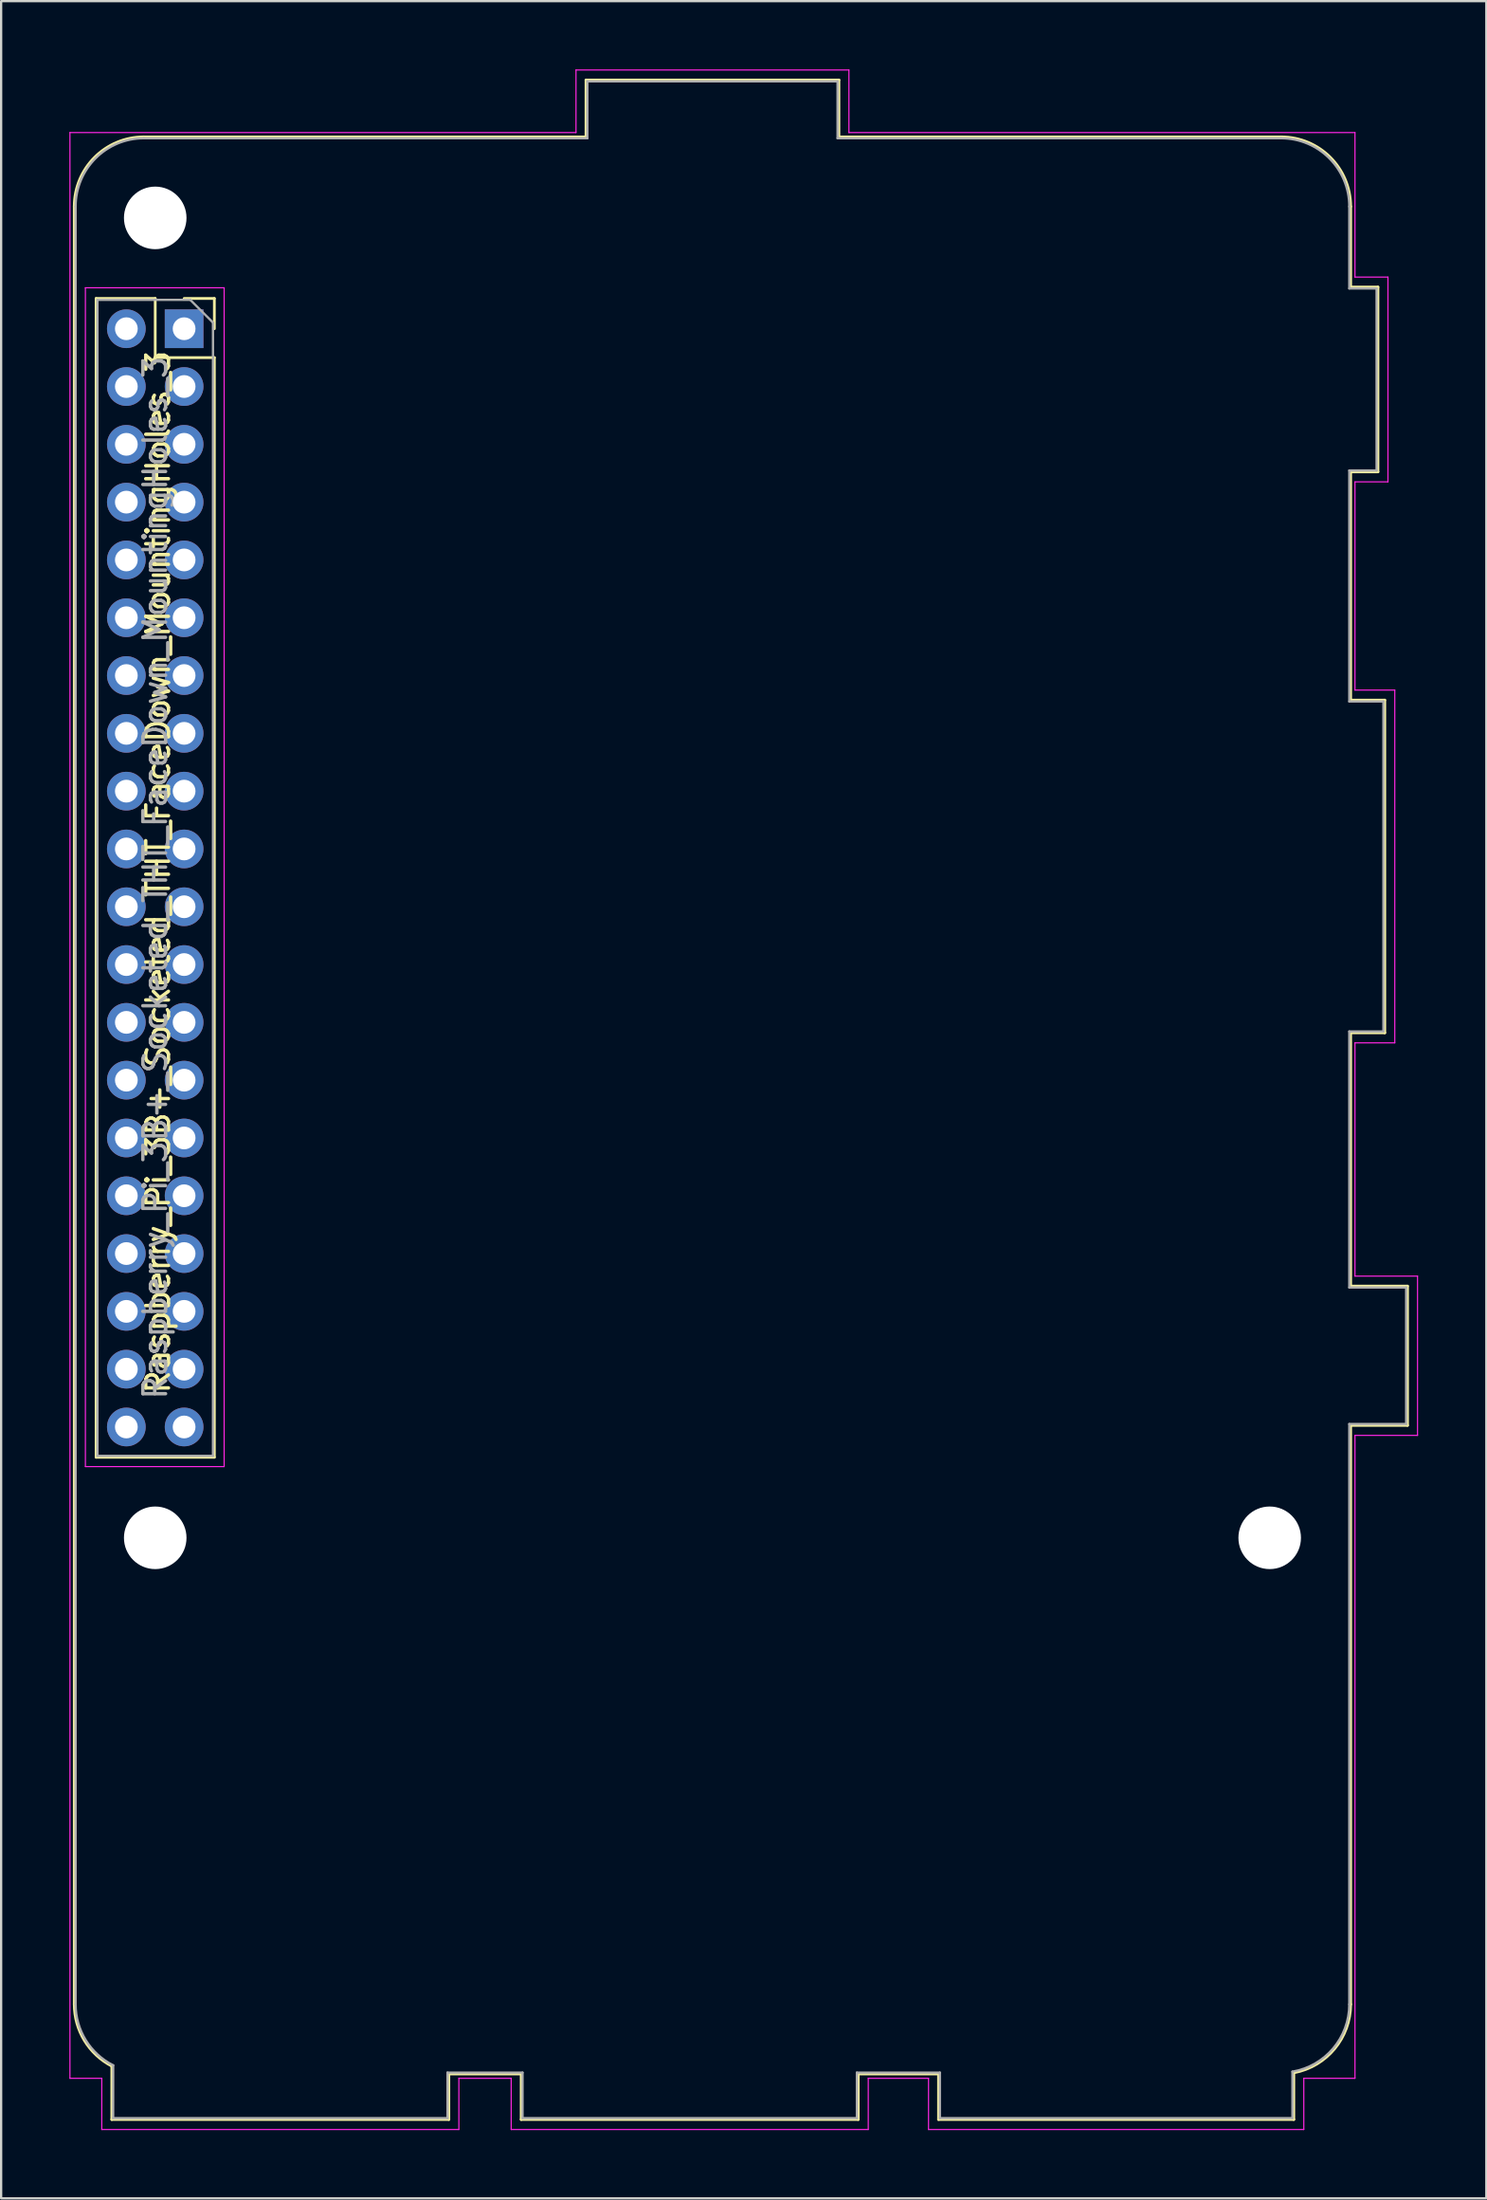
<source format=kicad_pcb>
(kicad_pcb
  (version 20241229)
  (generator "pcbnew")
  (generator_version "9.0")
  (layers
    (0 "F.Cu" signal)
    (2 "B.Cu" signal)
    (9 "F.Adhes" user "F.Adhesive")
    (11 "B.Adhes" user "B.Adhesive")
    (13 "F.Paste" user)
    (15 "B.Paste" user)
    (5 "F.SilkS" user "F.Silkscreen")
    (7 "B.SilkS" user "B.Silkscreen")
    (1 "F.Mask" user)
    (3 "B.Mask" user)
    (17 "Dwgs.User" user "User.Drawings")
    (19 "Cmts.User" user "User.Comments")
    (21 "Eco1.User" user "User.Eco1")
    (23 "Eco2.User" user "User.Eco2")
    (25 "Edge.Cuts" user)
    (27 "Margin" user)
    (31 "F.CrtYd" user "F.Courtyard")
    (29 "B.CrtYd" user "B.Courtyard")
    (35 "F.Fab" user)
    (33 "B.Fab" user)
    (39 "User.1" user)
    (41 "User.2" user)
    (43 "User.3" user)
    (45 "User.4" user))
  (footprint "Raspberry_Pi_3B+_Socketed_THT_FaceDown_MountingHoles_3"
    (layer "F.Cu")
    (at 5.045 11.395)
    (property "Reference" "Raspberry_Pi_3B+_Socketed_THT_FaceDown_MountingHoles_3" (at -1.143 23.876 90) (layer "F.SilkS") (effects (font (size 1 1) (thickness 0.15))))
    (attr through_hole)
    (fp_line (start -4.83 73.63) (end -4.83 -5.37) (stroke (width 0.12) (type solid)) (layer "F.SilkS"))
    (fp_line (start -3.87 -1.33) (end -3.87 49.59) (stroke (width 0.12) (type solid)) (layer "F.SilkS"))
    (fp_line (start -3.87 -1.33) (end -1.27 -1.33) (stroke (width 0.12) (type solid)) (layer "F.SilkS"))
    (fp_line (start -3.87 49.59) (end 1.33 49.59) (stroke (width 0.12) (type solid)) (layer "F.SilkS"))
    (fp_line (start -3.18 78.69) (end -3.178 76.347) (stroke (width 0.12) (type solid)) (layer "F.SilkS"))
    (fp_line (start -1.77 -8.43) (end 17.67 -8.43) (stroke (width 0.12) (type solid)) (layer "F.SilkS"))
    (fp_line (start -1.27 -1.33) (end -1.27 1.27) (stroke (width 0.12) (type solid)) (layer "F.SilkS"))
    (fp_line (start -1.27 1.27) (end 1.33 1.27) (stroke (width 0.12) (type solid)) (layer "F.SilkS"))
    (fp_line (start 0 -1.33) (end 1.33 -1.33) (stroke (width 0.12) (type solid)) (layer "F.SilkS"))
    (fp_line (start 1.33 -1.33) (end 1.33 0) (stroke (width 0.12) (type solid)) (layer "F.SilkS"))
    (fp_line (start 1.33 1.27) (end 1.33 49.59) (stroke (width 0.12) (type solid)) (layer "F.SilkS"))
    (fp_line (start 11.64 76.69) (end 11.64 78.69) (stroke (width 0.12) (type solid)) (layer "F.SilkS"))
    (fp_line (start 11.64 78.69) (end -3.18 78.69) (stroke (width 0.12) (type solid)) (layer "F.SilkS"))
    (fp_line (start 14.82 76.69) (end 11.64 76.69) (stroke (width 0.12) (type solid)) (layer "F.SilkS"))
    (fp_line (start 14.82 78.69) (end 14.82 76.69) (stroke (width 0.12) (type solid)) (layer "F.SilkS"))
    (fp_line (start 17.67 -10.93) (end 17.67 -8.43) (stroke (width 0.12) (type solid)) (layer "F.SilkS"))
    (fp_line (start 28.79 -10.93) (end 17.67 -10.93) (stroke (width 0.12) (type solid)) (layer "F.SilkS"))
    (fp_line (start 28.79 -8.43) (end 28.79 -10.93) (stroke (width 0.12) (type solid)) (layer "F.SilkS"))
    (fp_line (start 29.64 76.69) (end 29.64 78.69) (stroke (width 0.12) (type solid)) (layer "F.SilkS"))
    (fp_line (start 29.64 78.69) (end 14.82 78.69) (stroke (width 0.12) (type solid)) (layer "F.SilkS"))
    (fp_line (start 33.17 76.69) (end 29.64 76.69) (stroke (width 0.12) (type solid)) (layer "F.SilkS"))
    (fp_line (start 33.17 78.69) (end 33.17 76.69) (stroke (width 0.12) (type solid)) (layer "F.SilkS"))
    (fp_line (start 48.23 -8.43) (end 28.79 -8.43) (stroke (width 0.12) (type solid)) (layer "F.SilkS"))
    (fp_line (start 48.79 78.69) (end 33.17 78.69) (stroke (width 0.12) (type solid)) (layer "F.SilkS"))
    (fp_line (start 48.79 78.69) (end 48.79 76.638) (stroke (width 0.12) (type solid)) (layer "F.SilkS"))
    (fp_line (start 51.29 -5.37) (end 51.29 -1.83) (stroke (width 0.12) (type solid)) (layer "F.SilkS"))
    (fp_line (start 51.29 -1.83) (end 52.49 -1.83) (stroke (width 0.12) (type solid)) (layer "F.SilkS"))
    (fp_line (start 51.29 6.29) (end 51.29 16.32) (stroke (width 0.12) (type solid)) (layer "F.SilkS"))
    (fp_line (start 51.29 16.32) (end 52.79 16.32) (stroke (width 0.12) (type solid)) (layer "F.SilkS"))
    (fp_line (start 51.29 30.94) (end 51.29 42.07) (stroke (width 0.12) (type solid)) (layer "F.SilkS"))
    (fp_line (start 51.29 42.07) (end 53.79 42.07) (stroke (width 0.12) (type solid)) (layer "F.SilkS"))
    (fp_line (start 51.29 48.19) (end 51.29 73.63) (stroke (width 0.12) (type solid)) (layer "F.SilkS"))
    (fp_line (start 52.49 -1.83) (end 52.49 6.29) (stroke (width 0.12) (type solid)) (layer "F.SilkS"))
    (fp_line (start 52.49 6.29) (end 51.29 6.29) (stroke (width 0.12) (type solid)) (layer "F.SilkS"))
    (fp_line (start 52.79 16.32) (end 52.79 30.94) (stroke (width 0.12) (type solid)) (layer "F.SilkS"))
    (fp_line (start 52.79 30.94) (end 51.29 30.94) (stroke (width 0.12) (type solid)) (layer "F.SilkS"))
    (fp_line (start 53.79 42.07) (end 53.79 48.19) (stroke (width 0.12) (type solid)) (layer "F.SilkS"))
    (fp_line (start 53.79 48.19) (end 51.29 48.19) (stroke (width 0.12) (type solid)) (layer "F.SilkS"))
    (fp_arc (start -4.83 -5.37) (mid -3.933747 -7.533747) (end -1.77 -8.43) (stroke (width 0.12) (type solid)) (layer "F.SilkS"))
    (fp_arc (start -3.178211 76.346715) (mid -4.384644 75.219728) (end -4.83 73.63) (stroke (width 0.12) (type solid)) (layer "F.SilkS"))
    (fp_arc (start 48.23 -8.43) (mid 50.393747 -7.533747) (end 51.29 -5.37) (stroke (width 0.12) (type solid)) (layer "F.SilkS"))
    (fp_arc (start 51.29 73.63) (mid 50.583325 75.585879) (end 48.789698 76.638378) (stroke (width 0.12) (type solid)) (layer "F.SilkS"))
    (fp_line (start -5.02 -8.62) (end 17.23 -8.62) (stroke (width 0.05) (type solid)) (layer "F.CrtYd"))
    (fp_line (start -5.02 76.88) (end -5.02 -8.62) (stroke (width 0.05) (type solid)) (layer "F.CrtYd"))
    (fp_line (start -4.34 -1.8) (end 1.76 -1.8) (stroke (width 0.05) (type solid)) (layer "F.CrtYd"))
    (fp_line (start -4.34 50) (end -4.34 -1.8) (stroke (width 0.05) (type solid)) (layer "F.CrtYd"))
    (fp_line (start -3.62 76.88) (end -5.02 76.88) (stroke (width 0.05) (type solid)) (layer "F.CrtYd"))
    (fp_line (start -3.62 79.13) (end -3.62 76.88) (stroke (width 0.05) (type solid)) (layer "F.CrtYd"))
    (fp_line (start 1.76 -1.8) (end 1.76 50) (stroke (width 0.05) (type solid)) (layer "F.CrtYd"))
    (fp_line (start 1.76 50) (end -4.34 50) (stroke (width 0.05) (type solid)) (layer "F.CrtYd"))
    (fp_line (start 12.08 76.88) (end 12.08 79.13) (stroke (width 0.05) (type solid)) (layer "F.CrtYd"))
    (fp_line (start 12.08 79.13) (end -3.62 79.13) (stroke (width 0.05) (type solid)) (layer "F.CrtYd"))
    (fp_line (start 14.38 76.88) (end 12.08 76.88) (stroke (width 0.05) (type solid)) (layer "F.CrtYd"))
    (fp_line (start 14.38 79.13) (end 14.38 76.88) (stroke (width 0.05) (type solid)) (layer "F.CrtYd"))
    (fp_line (start 17.23 -11.37) (end 29.23 -11.37) (stroke (width 0.05) (type solid)) (layer "F.CrtYd"))
    (fp_line (start 17.23 -8.62) (end 17.23 -11.37) (stroke (width 0.05) (type solid)) (layer "F.CrtYd"))
    (fp_line (start 29.23 -11.37) (end 29.23 -8.62) (stroke (width 0.05) (type solid)) (layer "F.CrtYd"))
    (fp_line (start 29.23 -8.62) (end 51.48 -8.62) (stroke (width 0.05) (type solid)) (layer "F.CrtYd"))
    (fp_line (start 30.08 76.88) (end 30.08 79.13) (stroke (width 0.05) (type solid)) (layer "F.CrtYd"))
    (fp_line (start 30.08 79.13) (end 14.38 79.13) (stroke (width 0.05) (type solid)) (layer "F.CrtYd"))
    (fp_line (start 32.73 76.88) (end 30.08 76.88) (stroke (width 0.05) (type solid)) (layer "F.CrtYd"))
    (fp_line (start 32.73 79.13) (end 32.73 76.88) (stroke (width 0.05) (type solid)) (layer "F.CrtYd"))
    (fp_line (start 49.23 76.88) (end 49.23 79.13) (stroke (width 0.05) (type solid)) (layer "F.CrtYd"))
    (fp_line (start 49.23 79.13) (end 32.73 79.13) (stroke (width 0.05) (type solid)) (layer "F.CrtYd"))
    (fp_line (start 51.48 -8.62) (end 51.48 -2.27) (stroke (width 0.05) (type solid)) (layer "F.CrtYd"))
    (fp_line (start 51.48 -2.27) (end 52.93 -2.27) (stroke (width 0.05) (type solid)) (layer "F.CrtYd"))
    (fp_line (start 51.48 6.73) (end 51.48 15.88) (stroke (width 0.05) (type solid)) (layer "F.CrtYd"))
    (fp_line (start 51.48 15.88) (end 53.23 15.88) (stroke (width 0.05) (type solid)) (layer "F.CrtYd"))
    (fp_line (start 51.48 31.38) (end 51.48 41.63) (stroke (width 0.05) (type solid)) (layer "F.CrtYd"))
    (fp_line (start 51.48 41.63) (end 54.23 41.63) (stroke (width 0.05) (type solid)) (layer "F.CrtYd"))
    (fp_line (start 51.48 48.63) (end 51.48 76.88) (stroke (width 0.05) (type solid)) (layer "F.CrtYd"))
    (fp_line (start 51.48 76.88) (end 49.23 76.88) (stroke (width 0.05) (type solid)) (layer "F.CrtYd"))
    (fp_line (start 52.93 -2.27) (end 52.93 6.73) (stroke (width 0.05) (type solid)) (layer "F.CrtYd"))
    (fp_line (start 52.93 6.73) (end 51.48 6.73) (stroke (width 0.05) (type solid)) (layer "F.CrtYd"))
    (fp_line (start 53.23 15.88) (end 53.23 31.38) (stroke (width 0.05) (type solid)) (layer "F.CrtYd"))
    (fp_line (start 53.23 31.38) (end 51.48 31.38) (stroke (width 0.05) (type solid)) (layer "F.CrtYd"))
    (fp_line (start 54.23 41.63) (end 54.23 48.63) (stroke (width 0.05) (type solid)) (layer "F.CrtYd"))
    (fp_line (start 54.23 48.63) (end 51.48 48.63) (stroke (width 0.05) (type solid)) (layer "F.CrtYd"))
    (fp_line (start -4.77 73.63) (end -4.77 -5.37) (stroke (width 0.1) (type solid)) (layer "F.Fab"))
    (fp_line (start -3.81 -1.27) (end 0.27 -1.27) (stroke (width 0.1) (type solid)) (layer "F.Fab"))
    (fp_line (start -3.81 49.53) (end -3.81 -1.27) (stroke (width 0.1) (type solid)) (layer "F.Fab"))
    (fp_line (start -3.12 78.63) (end 11.58 78.63) (stroke (width 0.1) (type solid)) (layer "F.Fab"))
    (fp_line (start -3.118 76.31) (end -3.12 78.63) (stroke (width 0.1) (type solid)) (layer "F.Fab"))
    (fp_line (start -1.77 -8.37) (end 17.73 -8.37) (stroke (width 0.1) (type solid)) (layer "F.Fab"))
    (fp_line (start 0.27 -1.27) (end 1.27 -0.27) (stroke (width 0.1) (type solid)) (layer "F.Fab"))
    (fp_line (start 1.27 -0.27) (end 1.27 49.53) (stroke (width 0.1) (type solid)) (layer "F.Fab"))
    (fp_line (start 1.27 49.53) (end -3.81 49.53) (stroke (width 0.1) (type solid)) (layer "F.Fab"))
    (fp_line (start 11.58 76.63) (end 14.88 76.63) (stroke (width 0.1) (type solid)) (layer "F.Fab"))
    (fp_line (start 11.58 78.63) (end 11.58 76.63) (stroke (width 0.1) (type solid)) (layer "F.Fab"))
    (fp_line (start 14.88 76.63) (end 14.88 78.63) (stroke (width 0.1) (type solid)) (layer "F.Fab"))
    (fp_line (start 14.88 78.63) (end 29.58 78.63) (stroke (width 0.1) (type solid)) (layer "F.Fab"))
    (fp_line (start 17.73 -10.87) (end 17.73 -8.37) (stroke (width 0.1) (type solid)) (layer "F.Fab"))
    (fp_line (start 28.73 -10.87) (end 17.73 -10.87) (stroke (width 0.1) (type solid)) (layer "F.Fab"))
    (fp_line (start 28.73 -8.37) (end 28.73 -10.87) (stroke (width 0.1) (type solid)) (layer "F.Fab"))
    (fp_line (start 29.58 76.63) (end 33.23 76.63) (stroke (width 0.1) (type solid)) (layer "F.Fab"))
    (fp_line (start 29.58 78.63) (end 29.58 76.63) (stroke (width 0.1) (type solid)) (layer "F.Fab"))
    (fp_line (start 33.23 76.63) (end 33.23 78.63) (stroke (width 0.1) (type solid)) (layer "F.Fab"))
    (fp_line (start 33.23 78.63) (end 48.73 78.63) (stroke (width 0.1) (type solid)) (layer "F.Fab"))
    (fp_line (start 48.23 -8.37) (end 28.73 -8.37) (stroke (width 0.1) (type solid)) (layer "F.Fab"))
    (fp_line (start 48.73 78.63) (end 48.73 76.588) (stroke (width 0.1) (type solid)) (layer "F.Fab"))
    (fp_line (start 51.23 -5.37) (end 51.23 -1.77) (stroke (width 0.1) (type solid)) (layer "F.Fab"))
    (fp_line (start 51.23 -1.77) (end 52.43 -1.77) (stroke (width 0.1) (type solid)) (layer "F.Fab"))
    (fp_line (start 51.23 6.23) (end 51.23 16.38) (stroke (width 0.1) (type solid)) (layer "F.Fab"))
    (fp_line (start 51.23 16.38) (end 52.73 16.38) (stroke (width 0.1) (type solid)) (layer "F.Fab"))
    (fp_line (start 51.23 30.88) (end 51.23 42.13) (stroke (width 0.1) (type solid)) (layer "F.Fab"))
    (fp_line (start 51.23 42.13) (end 53.73 42.13) (stroke (width 0.1) (type solid)) (layer "F.Fab"))
    (fp_line (start 51.23 48.13) (end 51.23 73.63) (stroke (width 0.1) (type solid)) (layer "F.Fab"))
    (fp_line (start 52.43 -1.77) (end 52.43 6.23) (stroke (width 0.1) (type solid)) (layer "F.Fab"))
    (fp_line (start 52.43 6.23) (end 51.23 6.23) (stroke (width 0.1) (type solid)) (layer "F.Fab"))
    (fp_line (start 52.73 16.38) (end 52.73 30.88) (stroke (width 0.1) (type solid)) (layer "F.Fab"))
    (fp_line (start 52.73 30.88) (end 51.23 30.88) (stroke (width 0.1) (type solid)) (layer "F.Fab"))
    (fp_line (start 53.73 42.13) (end 53.73 48.13) (stroke (width 0.1) (type solid)) (layer "F.Fab"))
    (fp_line (start 53.73 48.13) (end 51.23 48.13) (stroke (width 0.1) (type solid)) (layer "F.Fab"))
    (fp_arc (start -4.77 -5.37) (mid -3.89132 -7.49132) (end -1.77 -8.37) (stroke (width 0.1) (type solid)) (layer "F.Fab"))
    (fp_arc (start -3.117957 76.310114) (mid -4.323808 75.204187) (end -4.77 73.63) (stroke (width 0.1) (type solid)) (layer "F.Fab"))
    (fp_arc (start 48.23 -8.37) (mid 50.35132 -7.49132) (end 51.23 -5.37) (stroke (width 0.1) (type solid)) (layer "F.Fab"))
    (fp_arc (start 51.23 73.63) (mid 50.521388 75.566373) (end 48.730306 76.587988) (stroke (width 0.1) (type solid)) (layer "F.Fab"))
    (fp_text user "${REFERENCE}" (at -1.27 24.13 90) (layer "F.Fab") (effects (font (size 1 1) (thickness 0.15))))
    (pad "" np_thru_hole circle (at -1.27 -4.87 90) (size 2.75 2.75) (drill 2.75) (layers "*.Cu" "*.Mask"))
    (pad "" np_thru_hole circle (at -1.27 53.13 90) (size 2.75 2.75) (drill 2.75) (layers "*.Cu" "*.Mask"))
    (pad "" np_thru_hole circle (at 47.73 53.13 90) (size 2.75 2.75) (drill 2.75) (layers "*.Cu" "*.Mask"))
    (pad "1" thru_hole rect (at 0 0) (size 1.7 1.7) (drill 1) (layers "*.Cu" "*.Mask"))
    (pad "2" thru_hole oval (at -2.54 0) (size 1.7 1.7) (drill 1) (layers "*.Cu" "*.Mask"))
    (pad "3" thru_hole oval (at 0 2.54) (size 1.7 1.7) (drill 1) (layers "*.Cu" "*.Mask"))
    (pad "4" thru_hole oval (at -2.54 2.54) (size 1.7 1.7) (drill 1) (layers "*.Cu" "*.Mask"))
    (pad "5" thru_hole oval (at 0 5.08) (size 1.7 1.7) (drill 1) (layers "*.Cu" "*.Mask"))
    (pad "6" thru_hole oval (at -2.54 5.08) (size 1.7 1.7) (drill 1) (layers "*.Cu" "*.Mask"))
    (pad "7" thru_hole oval (at 0 7.62) (size 1.7 1.7) (drill 1) (layers "*.Cu" "*.Mask"))
    (pad "8" thru_hole oval (at -2.54 7.62) (size 1.7 1.7) (drill 1) (layers "*.Cu" "*.Mask"))
    (pad "9" thru_hole oval (at 0 10.16) (size 1.7 1.7) (drill 1) (layers "*.Cu" "*.Mask"))
    (pad "10" thru_hole oval (at -2.54 10.16) (size 1.7 1.7) (drill 1) (layers "*.Cu" "*.Mask"))
    (pad "11" thru_hole oval (at 0 12.7) (size 1.7 1.7) (drill 1) (layers "*.Cu" "*.Mask"))
    (pad "12" thru_hole oval (at -2.54 12.7) (size 1.7 1.7) (drill 1) (layers "*.Cu" "*.Mask"))
    (pad "13" thru_hole oval (at 0 15.24) (size 1.7 1.7) (drill 1) (layers "*.Cu" "*.Mask"))
    (pad "14" thru_hole oval (at -2.54 15.24) (size 1.7 1.7) (drill 1) (layers "*.Cu" "*.Mask"))
    (pad "15" thru_hole oval (at 0 17.78) (size 1.7 1.7) (drill 1) (layers "*.Cu" "*.Mask"))
    (pad "16" thru_hole oval (at -2.54 17.78) (size 1.7 1.7) (drill 1) (layers "*.Cu" "*.Mask"))
    (pad "17" thru_hole oval (at 0 20.32) (size 1.7 1.7) (drill 1) (layers "*.Cu" "*.Mask"))
    (pad "18" thru_hole oval (at -2.54 20.32) (size 1.7 1.7) (drill 1) (layers "*.Cu" "*.Mask"))
    (pad "19" thru_hole oval (at 0 22.86) (size 1.7 1.7) (drill 1) (layers "*.Cu" "*.Mask"))
    (pad "20" thru_hole oval (at -2.54 22.86) (size 1.7 1.7) (drill 1) (layers "*.Cu" "*.Mask"))
    (pad "21" thru_hole oval (at 0 25.4) (size 1.7 1.7) (drill 1) (layers "*.Cu" "*.Mask"))
    (pad "22" thru_hole oval (at -2.54 25.4) (size 1.7 1.7) (drill 1) (layers "*.Cu" "*.Mask"))
    (pad "23" thru_hole oval (at 0 27.94) (size 1.7 1.7) (drill 1) (layers "*.Cu" "*.Mask"))
    (pad "24" thru_hole oval (at -2.54 27.94) (size 1.7 1.7) (drill 1) (layers "*.Cu" "*.Mask"))
    (pad "25" thru_hole oval (at 0 30.48) (size 1.7 1.7) (drill 1) (layers "*.Cu" "*.Mask"))
    (pad "26" thru_hole oval (at -2.54 30.48) (size 1.7 1.7) (drill 1) (layers "*.Cu" "*.Mask"))
    (pad "27" thru_hole oval (at 0 33.02) (size 1.7 1.7) (drill 1) (layers "*.Cu" "*.Mask"))
    (pad "28" thru_hole oval (at -2.54 33.02) (size 1.7 1.7) (drill 1) (layers "*.Cu" "*.Mask"))
    (pad "29" thru_hole oval (at 0 35.56) (size 1.7 1.7) (drill 1) (layers "*.Cu" "*.Mask"))
    (pad "30" thru_hole oval (at -2.54 35.56) (size 1.7 1.7) (drill 1) (layers "*.Cu" "*.Mask"))
    (pad "31" thru_hole oval (at 0 38.1) (size 1.7 1.7) (drill 1) (layers "*.Cu" "*.Mask"))
    (pad "32" thru_hole oval (at -2.54 38.1) (size 1.7 1.7) (drill 1) (layers "*.Cu" "*.Mask"))
    (pad "33" thru_hole oval (at 0 40.64) (size 1.7 1.7) (drill 1) (layers "*.Cu" "*.Mask"))
    (pad "34" thru_hole oval (at -2.54 40.64) (size 1.7 1.7) (drill 1) (layers "*.Cu" "*.Mask"))
    (pad "35" thru_hole oval (at 0 43.18) (size 1.7 1.7) (drill 1) (layers "*.Cu" "*.Mask"))
    (pad "36" thru_hole oval (at -2.54 43.18) (size 1.7 1.7) (drill 1) (layers "*.Cu" "*.Mask"))
    (pad "37" thru_hole oval (at 0 45.72) (size 1.7 1.7) (drill 1) (layers "*.Cu" "*.Mask"))
    (pad "38" thru_hole oval (at -2.54 45.72) (size 1.7 1.7) (drill 1) (layers "*.Cu" "*.Mask"))
    (pad "39" thru_hole oval (at 0 48.26) (size 1.7 1.7) (drill 1) (layers "*.Cu" "*.Mask"))
    (pad "40" thru_hole oval (at -2.54 48.26) (size 1.7 1.7) (drill 1) (layers "*.Cu" "*.Mask")))
  (gr_rect
    (start -3 -3)
    (end 62.3 93.55)
    (stroke (width 0.1) (type default))
    (fill no)
    (layer "Edge.Cuts")))
</source>
